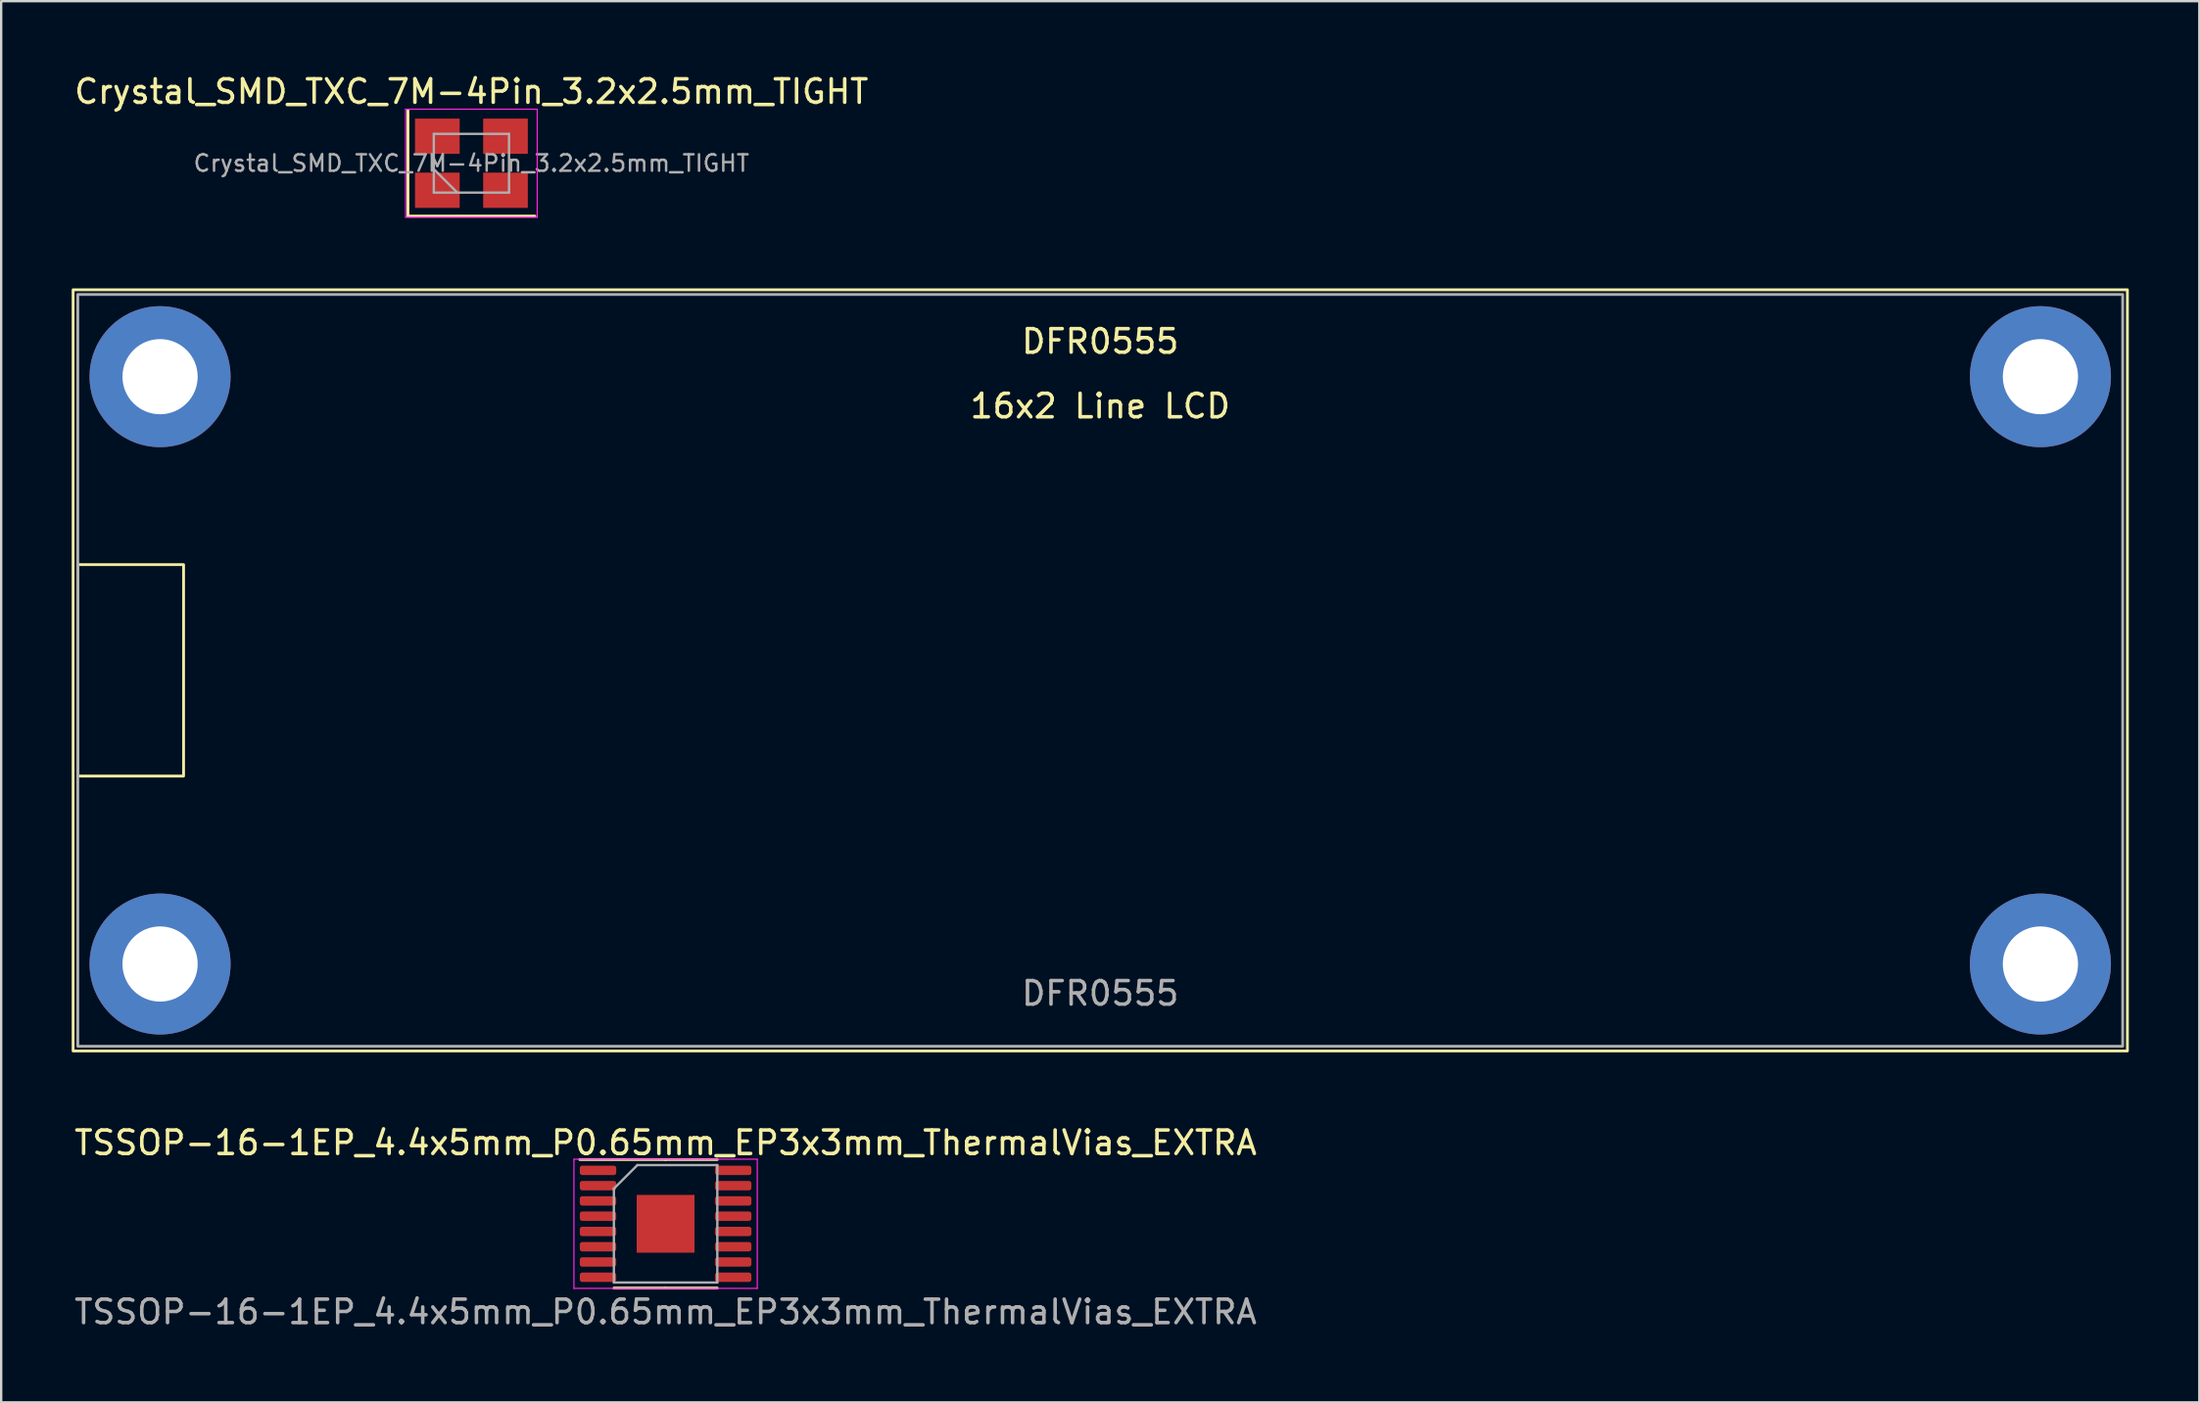
<source format=kicad_pcb>
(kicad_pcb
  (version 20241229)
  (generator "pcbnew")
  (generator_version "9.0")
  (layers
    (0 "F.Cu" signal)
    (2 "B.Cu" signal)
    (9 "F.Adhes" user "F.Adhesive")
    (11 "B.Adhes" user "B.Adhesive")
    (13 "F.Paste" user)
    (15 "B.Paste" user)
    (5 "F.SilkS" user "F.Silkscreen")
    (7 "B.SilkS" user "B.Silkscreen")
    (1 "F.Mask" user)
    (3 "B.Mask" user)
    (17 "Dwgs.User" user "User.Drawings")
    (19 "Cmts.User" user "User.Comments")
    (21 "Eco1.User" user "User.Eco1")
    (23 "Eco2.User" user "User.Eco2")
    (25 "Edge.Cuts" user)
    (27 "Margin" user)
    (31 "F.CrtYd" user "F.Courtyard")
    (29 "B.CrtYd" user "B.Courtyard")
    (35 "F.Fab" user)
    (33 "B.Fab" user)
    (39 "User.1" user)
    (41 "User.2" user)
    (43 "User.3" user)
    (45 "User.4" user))
  (footprint "Crystal_SMD_TXC_7M-4Pin_3.2x2.5mm_TIGHT"
    (layer "F.Cu")
    (at 17.006 3.898)
    (property "Reference" "Crystal_SMD_TXC_7M-4Pin_3.2x2.5mm_TIGHT" (at 0 -3.05 0) (layer "F.SilkS") (effects (font (size 1 1) (thickness 0.15))))
    (attr smd)
    (fp_line (start -2.7 -2.25) (end -2.7 2.25) (stroke (width 0.12) (type solid)) (layer "F.SilkS"))
    (fp_line (start -2.7 2.25) (end 2.7 2.25) (stroke (width 0.12) (type solid)) (layer "F.SilkS"))
    (fp_line (start -2.8 -2.3) (end -2.8 2.3) (stroke (width 0.05) (type solid)) (layer "F.CrtYd"))
    (fp_line (start -2.8 2.3) (end 2.8 2.3) (stroke (width 0.05) (type solid)) (layer "F.CrtYd"))
    (fp_line (start 2.8 -2.3) (end -2.8 -2.3) (stroke (width 0.05) (type solid)) (layer "F.CrtYd"))
    (fp_line (start 2.8 2.3) (end 2.8 -2.3) (stroke (width 0.05) (type solid)) (layer "F.CrtYd"))
    (fp_line (start -1.6 -1.25) (end -1.6 1.25) (stroke (width 0.1) (type solid)) (layer "F.Fab"))
    (fp_line (start -1.6 0.25) (end -0.6 1.25) (stroke (width 0.1) (type solid)) (layer "F.Fab"))
    (fp_line (start -1.6 1.25) (end 1.6 1.25) (stroke (width 0.1) (type solid)) (layer "F.Fab"))
    (fp_line (start 1.6 -1.25) (end -1.6 -1.25) (stroke (width 0.1) (type solid)) (layer "F.Fab"))
    (fp_line (start 1.6 1.25) (end 1.6 -1.25) (stroke (width 0.1) (type solid)) (layer "F.Fab"))
    (fp_text user "${REFERENCE}" (at 0 0 0) (layer "F.Fab") (effects (font (size 0.7 0.7) (thickness 0.105))))
    (pad "1" smd rect (at -1.45 1.15) (size 1.9 1.5) (layers "F.Cu" "F.Mask" "F.Paste"))
    (pad "2" smd rect (at 1.45 1.15) (size 1.9 1.5) (layers "F.Cu" "F.Mask" "F.Paste"))
    (pad "3" smd rect (at 1.45 -1.15) (size 1.9 1.5) (layers "F.Cu" "F.Mask" "F.Paste"))
    (pad "4" smd rect (at -1.45 -1.15) (size 1.9 1.5) (layers "F.Cu" "F.Mask" "F.Paste")))
  (footprint "DFR0555"
    (layer "F.Cu")
    (at 43.76 25.483)
    (property "Reference" "DFR0555" (at 0 -14 0) (unlocked yes) (layer "F.SilkS") (effects (font (size 1 1) (thickness 0.15))))
    (attr smd)
    (fp_rect (start -43.7 -16.2) (end 43.7 16.2) (stroke (width 0.12) (type solid)) (fill no) (layer "F.SilkS"))
    (fp_rect (start -43.5 -4.5) (end -39 4.5) (stroke (width 0.12) (type solid)) (fill no) (layer "F.SilkS"))
    (fp_rect (start -43.5 -16) (end 43.5 16) (stroke (width 0.12) (type solid)) (fill no) (layer "F.Fab"))
    (fp_text user "16x2 Line LCD" (at 0 -11.25 0) (unlocked yes) (layer "F.SilkS") (effects (font (size 1 1) (thickness 0.15))))
    (fp_text user "${REFERENCE}" (at 0 13.75 0) (unlocked yes) (layer "F.Fab") (effects (font (size 1 1) (thickness 0.15))))
    (pad "" np_thru_hole circle (at -40 -12.5) (size 6 6) (drill 3.2) (layers "*.Cu" "*.Mask"))
    (pad "" np_thru_hole circle (at -40 12.5) (size 6 6) (drill 3.2) (layers "*.Cu" "*.Mask"))
    (pad "" np_thru_hole circle (at 40 -12.5) (size 6 6) (drill 3.2) (layers "*.Cu" "*.Mask"))
    (pad "" np_thru_hole circle (at 40 12.5) (size 6 6) (drill 3.2) (layers "*.Cu" "*.Mask")))
  (footprint "TSSOP-16-1EP_4.4x5mm_P0.65mm_EP3x3mm_ThermalVias_EXTRA"
    (layer "F.Cu")
    (at 25.268 49.041)
    (property "Reference" "TSSOP-16-1EP_4.4x5mm_P0.65mm_EP3x3mm_ThermalVias_EXTRA" (at 0 -3.45 0) (layer "F.SilkS") (effects (font (size 1 1) (thickness 0.15))))
    (attr smd)
    (fp_line (start 0 -2.735) (end -3.65 -2.735) (stroke (width 0.12) (type solid)) (layer "F.SilkS"))
    (fp_line (start 0 -2.735) (end 2.2 -2.735) (stroke (width 0.12) (type solid)) (layer "F.SilkS"))
    (fp_line (start 0 2.735) (end -2.2 2.735) (stroke (width 0.12) (type solid)) (layer "F.SilkS"))
    (fp_line (start 0 2.735) (end 2.2 2.735) (stroke (width 0.12) (type solid)) (layer "F.SilkS"))
    (fp_line (start -3.9 -2.75) (end -3.9 2.75) (stroke (width 0.05) (type solid)) (layer "F.CrtYd"))
    (fp_line (start -3.9 2.75) (end 3.9 2.75) (stroke (width 0.05) (type solid)) (layer "F.CrtYd"))
    (fp_line (start 3.9 -2.75) (end -3.9 -2.75) (stroke (width 0.05) (type solid)) (layer "F.CrtYd"))
    (fp_line (start 3.9 2.75) (end 3.9 -2.75) (stroke (width 0.05) (type solid)) (layer "F.CrtYd"))
    (fp_line (start -2.2 -1.5) (end -1.2 -2.5) (stroke (width 0.1) (type solid)) (layer "F.Fab"))
    (fp_line (start -2.2 2.5) (end -2.2 -1.5) (stroke (width 0.1) (type solid)) (layer "F.Fab"))
    (fp_line (start -1.2 -2.5) (end 2.2 -2.5) (stroke (width 0.1) (type solid)) (layer "F.Fab"))
    (fp_line (start 2.2 -2.5) (end 2.2 2.5) (stroke (width 0.1) (type solid)) (layer "F.Fab"))
    (fp_line (start 2.2 2.5) (end -2.2 2.5) (stroke (width 0.1) (type solid)) (layer "F.Fab"))
    (fp_text user "${REFERENCE}" (at 0 3.75 0) (layer "F.Fab") (effects (font (size 1 1) (thickness 0.15))))
    (pad "1" smd roundrect (at -2.875 -2.275) (size 1.55 0.4) (layers "F.Cu" "F.Mask" "F.Paste") (roundrect_rratio 0.25))
    (pad "2" smd roundrect (at -2.875 -1.625) (size 1.55 0.4) (layers "F.Cu" "F.Mask" "F.Paste") (roundrect_rratio 0.25))
    (pad "3" smd roundrect (at -2.875 -0.975) (size 1.55 0.4) (layers "F.Cu" "F.Mask" "F.Paste") (roundrect_rratio 0.25))
    (pad "4" smd roundrect (at -2.875 -0.325) (size 1.55 0.4) (layers "F.Cu" "F.Mask" "F.Paste") (roundrect_rratio 0.25))
    (pad "5" smd roundrect (at -2.875 0.325) (size 1.55 0.4) (layers "F.Cu" "F.Mask" "F.Paste") (roundrect_rratio 0.25))
    (pad "6" smd roundrect (at -2.875 0.975) (size 1.55 0.4) (layers "F.Cu" "F.Mask" "F.Paste") (roundrect_rratio 0.25))
    (pad "7" smd roundrect (at -2.875 1.625) (size 1.55 0.4) (layers "F.Cu" "F.Mask" "F.Paste") (roundrect_rratio 0.25))
    (pad "8" smd roundrect (at -2.875 2.275) (size 1.55 0.4) (layers "F.Cu" "F.Mask" "F.Paste") (roundrect_rratio 0.25))
    (pad "9" smd roundrect (at 2.875 2.275) (size 1.55 0.4) (layers "F.Cu" "F.Mask" "F.Paste") (roundrect_rratio 0.25))
    (pad "10" smd roundrect (at 2.875 1.625) (size 1.55 0.4) (layers "F.Cu" "F.Mask" "F.Paste") (roundrect_rratio 0.25))
    (pad "11" smd roundrect (at 2.875 0.975) (size 1.55 0.4) (layers "F.Cu" "F.Mask" "F.Paste") (roundrect_rratio 0.25))
    (pad "12" smd roundrect (at 2.875 0.325) (size 1.55 0.4) (layers "F.Cu" "F.Mask" "F.Paste") (roundrect_rratio 0.25))
    (pad "13" smd roundrect (at 2.875 -0.325) (size 1.55 0.4) (layers "F.Cu" "F.Mask" "F.Paste") (roundrect_rratio 0.25))
    (pad "14" smd roundrect (at 2.875 -0.975) (size 1.55 0.4) (layers "F.Cu" "F.Mask" "F.Paste") (roundrect_rratio 0.25))
    (pad "15" smd roundrect (at 2.875 -1.625) (size 1.55 0.4) (layers "F.Cu" "F.Mask" "F.Paste") (roundrect_rratio 0.25))
    (pad "16" smd roundrect (at 2.875 -2.275) (size 1.55 0.4) (layers "F.Cu" "F.Mask" "F.Paste") (roundrect_rratio 0.25))
    (pad "17" smd rect (at 0 0) (size 2.46 2.46) (layers "F.Cu" "F.Mask")))
  (gr_rect
    (start -3 -3)
    (end 90.52 56.64)
    (stroke (width 0.1) (type default))
    (fill no)
    (layer "Edge.Cuts")))
</source>
